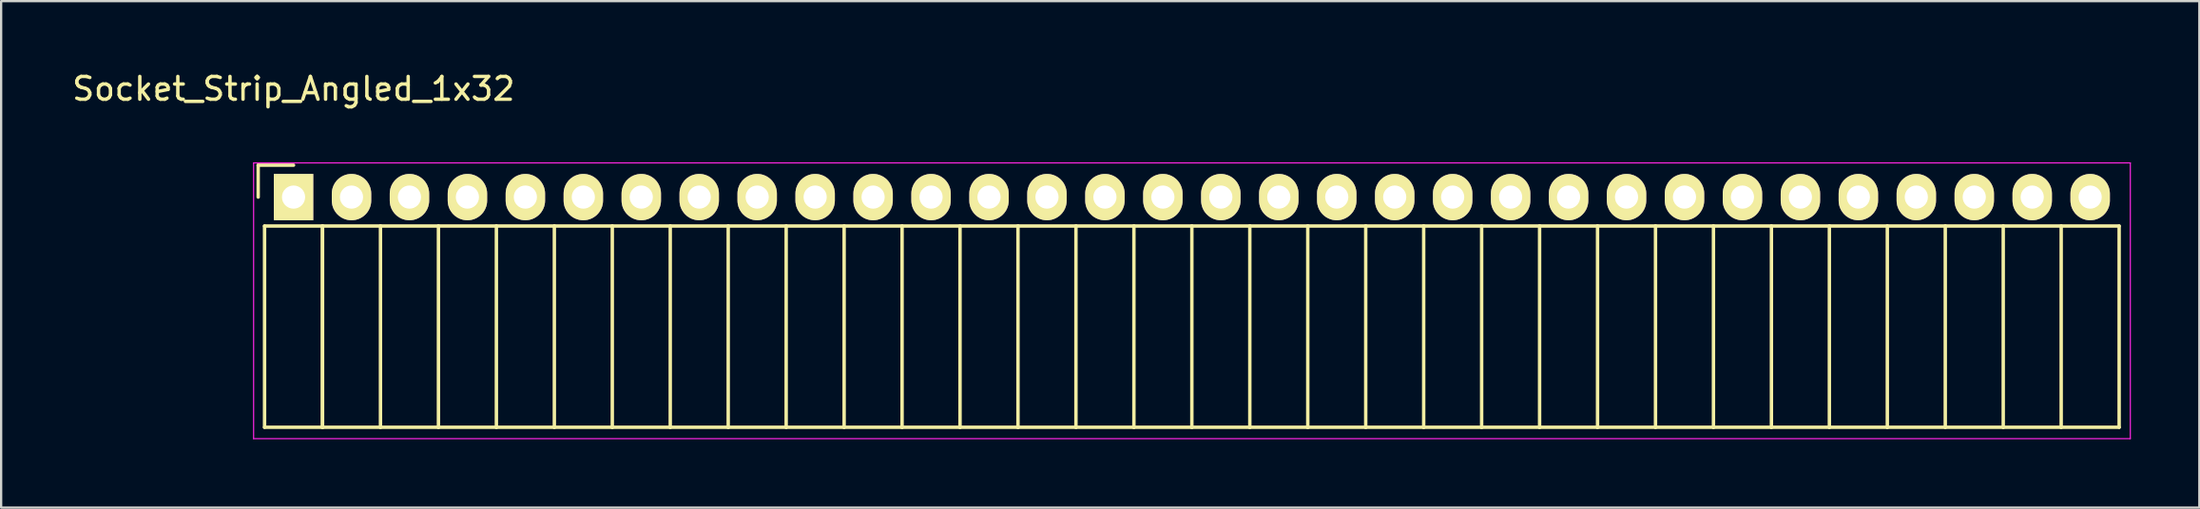
<source format=kicad_pcb>
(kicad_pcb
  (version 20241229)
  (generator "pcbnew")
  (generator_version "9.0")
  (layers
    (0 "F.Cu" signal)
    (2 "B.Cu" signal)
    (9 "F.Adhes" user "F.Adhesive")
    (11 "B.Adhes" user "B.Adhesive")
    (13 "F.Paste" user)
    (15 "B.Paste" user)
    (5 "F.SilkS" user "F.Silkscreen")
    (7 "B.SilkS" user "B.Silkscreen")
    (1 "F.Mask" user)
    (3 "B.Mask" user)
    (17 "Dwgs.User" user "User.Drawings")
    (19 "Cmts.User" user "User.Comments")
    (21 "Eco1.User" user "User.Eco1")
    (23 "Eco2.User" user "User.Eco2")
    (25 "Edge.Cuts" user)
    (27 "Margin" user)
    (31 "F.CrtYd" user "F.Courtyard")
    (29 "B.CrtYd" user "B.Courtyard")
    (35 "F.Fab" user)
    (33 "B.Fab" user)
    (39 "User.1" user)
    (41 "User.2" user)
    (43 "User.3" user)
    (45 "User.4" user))
  (footprint "Socket_Strip_Angled_1x32"
    (layer "F.Cu")
    (at 9.815 5.598)
    (property "Reference" "Socket_Strip_Angled_1x32" (at 0 -4.75 0) (layer "F.SilkS") (effects (font (size 1 1) (thickness 0.15))))
    (attr through_hole)
    (fp_line (start -1.55 -1.4) (end -1.55 0) (stroke (width 0.15) (type solid)) (layer "F.SilkS"))
    (fp_line (start -1.27 1.27) (end -1.27 10.1) (stroke (width 0.15) (type solid)) (layer "F.SilkS"))
    (fp_line (start -1.27 1.27) (end 1.27 1.27) (stroke (width 0.15) (type solid)) (layer "F.SilkS"))
    (fp_line (start -1.27 10.1) (end 1.27 10.1) (stroke (width 0.15) (type solid)) (layer "F.SilkS"))
    (fp_line (start 0 -1.4) (end -1.55 -1.4) (stroke (width 0.15) (type solid)) (layer "F.SilkS"))
    (fp_line (start 1.27 1.27) (end 1.27 10.1) (stroke (width 0.15) (type solid)) (layer "F.SilkS"))
    (fp_line (start 1.27 1.27) (end 3.81 1.27) (stroke (width 0.15) (type solid)) (layer "F.SilkS"))
    (fp_line (start 1.27 10.1) (end 1.27 1.27) (stroke (width 0.15) (type solid)) (layer "F.SilkS"))
    (fp_line (start 1.27 10.1) (end 3.81 10.1) (stroke (width 0.15) (type solid)) (layer "F.SilkS"))
    (fp_line (start 3.81 1.27) (end 6.35 1.27) (stroke (width 0.15) (type solid)) (layer "F.SilkS"))
    (fp_line (start 3.81 10.1) (end 3.81 1.27) (stroke (width 0.15) (type solid)) (layer "F.SilkS"))
    (fp_line (start 3.81 10.1) (end 6.35 10.1) (stroke (width 0.15) (type solid)) (layer "F.SilkS"))
    (fp_line (start 6.35 1.27) (end 8.89 1.27) (stroke (width 0.15) (type solid)) (layer "F.SilkS"))
    (fp_line (start 6.35 10.1) (end 6.35 1.27) (stroke (width 0.15) (type solid)) (layer "F.SilkS"))
    (fp_line (start 6.35 10.1) (end 8.89 10.1) (stroke (width 0.15) (type solid)) (layer "F.SilkS"))
    (fp_line (start 8.89 1.27) (end 11.43 1.27) (stroke (width 0.15) (type solid)) (layer "F.SilkS"))
    (fp_line (start 8.89 10.1) (end 8.89 1.27) (stroke (width 0.15) (type solid)) (layer "F.SilkS"))
    (fp_line (start 8.89 10.1) (end 11.43 10.1) (stroke (width 0.15) (type solid)) (layer "F.SilkS"))
    (fp_line (start 11.43 1.27) (end 13.97 1.27) (stroke (width 0.15) (type solid)) (layer "F.SilkS"))
    (fp_line (start 11.43 10.1) (end 11.43 1.27) (stroke (width 0.15) (type solid)) (layer "F.SilkS"))
    (fp_line (start 11.43 10.1) (end 13.97 10.1) (stroke (width 0.15) (type solid)) (layer "F.SilkS"))
    (fp_line (start 13.97 1.27) (end 16.51 1.27) (stroke (width 0.15) (type solid)) (layer "F.SilkS"))
    (fp_line (start 13.97 10.1) (end 13.97 1.27) (stroke (width 0.15) (type solid)) (layer "F.SilkS"))
    (fp_line (start 13.97 10.1) (end 16.51 10.1) (stroke (width 0.15) (type solid)) (layer "F.SilkS"))
    (fp_line (start 16.51 1.27) (end 19.05 1.27) (stroke (width 0.15) (type solid)) (layer "F.SilkS"))
    (fp_line (start 16.51 10.1) (end 16.51 1.27) (stroke (width 0.15) (type solid)) (layer "F.SilkS"))
    (fp_line (start 16.51 10.1) (end 19.05 10.1) (stroke (width 0.15) (type solid)) (layer "F.SilkS"))
    (fp_line (start 19.05 1.27) (end 21.59 1.27) (stroke (width 0.15) (type solid)) (layer "F.SilkS"))
    (fp_line (start 19.05 10.1) (end 19.05 1.27) (stroke (width 0.15) (type solid)) (layer "F.SilkS"))
    (fp_line (start 19.05 10.1) (end 21.59 10.1) (stroke (width 0.15) (type solid)) (layer "F.SilkS"))
    (fp_line (start 21.59 1.27) (end 24.13 1.27) (stroke (width 0.15) (type solid)) (layer "F.SilkS"))
    (fp_line (start 21.59 10.1) (end 21.59 1.27) (stroke (width 0.15) (type solid)) (layer "F.SilkS"))
    (fp_line (start 21.59 10.1) (end 24.13 10.1) (stroke (width 0.15) (type solid)) (layer "F.SilkS"))
    (fp_line (start 24.13 1.27) (end 26.67 1.27) (stroke (width 0.15) (type solid)) (layer "F.SilkS"))
    (fp_line (start 24.13 10.1) (end 24.13 1.27) (stroke (width 0.15) (type solid)) (layer "F.SilkS"))
    (fp_line (start 24.13 10.1) (end 26.67 10.1) (stroke (width 0.15) (type solid)) (layer "F.SilkS"))
    (fp_line (start 26.67 1.27) (end 29.21 1.27) (stroke (width 0.15) (type solid)) (layer "F.SilkS"))
    (fp_line (start 26.67 10.1) (end 26.67 1.27) (stroke (width 0.15) (type solid)) (layer "F.SilkS"))
    (fp_line (start 26.67 10.1) (end 29.21 10.1) (stroke (width 0.15) (type solid)) (layer "F.SilkS"))
    (fp_line (start 29.21 1.27) (end 31.75 1.27) (stroke (width 0.15) (type solid)) (layer "F.SilkS"))
    (fp_line (start 29.21 10.1) (end 29.21 1.27) (stroke (width 0.15) (type solid)) (layer "F.SilkS"))
    (fp_line (start 29.21 10.1) (end 31.75 10.1) (stroke (width 0.15) (type solid)) (layer "F.SilkS"))
    (fp_line (start 31.75 1.27) (end 34.29 1.27) (stroke (width 0.15) (type solid)) (layer "F.SilkS"))
    (fp_line (start 31.75 10.1) (end 31.75 1.27) (stroke (width 0.15) (type solid)) (layer "F.SilkS"))
    (fp_line (start 31.75 10.1) (end 34.29 10.1) (stroke (width 0.15) (type solid)) (layer "F.SilkS"))
    (fp_line (start 34.29 1.27) (end 36.83 1.27) (stroke (width 0.15) (type solid)) (layer "F.SilkS"))
    (fp_line (start 34.29 10.1) (end 34.29 1.27) (stroke (width 0.15) (type solid)) (layer "F.SilkS"))
    (fp_line (start 34.29 10.1) (end 36.83 10.1) (stroke (width 0.15) (type solid)) (layer "F.SilkS"))
    (fp_line (start 36.83 1.27) (end 39.37 1.27) (stroke (width 0.15) (type solid)) (layer "F.SilkS"))
    (fp_line (start 36.83 10.1) (end 36.83 1.27) (stroke (width 0.15) (type solid)) (layer "F.SilkS"))
    (fp_line (start 36.83 10.1) (end 39.37 10.1) (stroke (width 0.15) (type solid)) (layer "F.SilkS"))
    (fp_line (start 39.37 1.27) (end 41.91 1.27) (stroke (width 0.15) (type solid)) (layer "F.SilkS"))
    (fp_line (start 39.37 10.1) (end 39.37 1.27) (stroke (width 0.15) (type solid)) (layer "F.SilkS"))
    (fp_line (start 39.37 10.1) (end 41.91 10.1) (stroke (width 0.15) (type solid)) (layer "F.SilkS"))
    (fp_line (start 41.91 1.27) (end 44.45 1.27) (stroke (width 0.15) (type solid)) (layer "F.SilkS"))
    (fp_line (start 41.91 10.1) (end 41.91 1.27) (stroke (width 0.15) (type solid)) (layer "F.SilkS"))
    (fp_line (start 41.91 10.1) (end 44.45 10.1) (stroke (width 0.15) (type solid)) (layer "F.SilkS"))
    (fp_line (start 44.45 1.27) (end 46.99 1.27) (stroke (width 0.15) (type solid)) (layer "F.SilkS"))
    (fp_line (start 44.45 10.1) (end 44.45 1.27) (stroke (width 0.15) (type solid)) (layer "F.SilkS"))
    (fp_line (start 44.45 10.1) (end 46.99 10.1) (stroke (width 0.15) (type solid)) (layer "F.SilkS"))
    (fp_line (start 46.99 1.27) (end 49.53 1.27) (stroke (width 0.15) (type solid)) (layer "F.SilkS"))
    (fp_line (start 46.99 10.1) (end 46.99 1.27) (stroke (width 0.15) (type solid)) (layer "F.SilkS"))
    (fp_line (start 46.99 10.1) (end 49.53 10.1) (stroke (width 0.15) (type solid)) (layer "F.SilkS"))
    (fp_line (start 49.53 1.27) (end 52.07 1.27) (stroke (width 0.15) (type solid)) (layer "F.SilkS"))
    (fp_line (start 49.53 10.1) (end 49.53 1.27) (stroke (width 0.15) (type solid)) (layer "F.SilkS"))
    (fp_line (start 49.53 10.1) (end 52.07 10.1) (stroke (width 0.15) (type solid)) (layer "F.SilkS"))
    (fp_line (start 52.07 1.27) (end 54.61 1.27) (stroke (width 0.15) (type solid)) (layer "F.SilkS"))
    (fp_line (start 52.07 10.1) (end 52.07 1.27) (stroke (width 0.15) (type solid)) (layer "F.SilkS"))
    (fp_line (start 52.07 10.1) (end 54.61 10.1) (stroke (width 0.15) (type solid)) (layer "F.SilkS"))
    (fp_line (start 54.61 1.27) (end 57.15 1.27) (stroke (width 0.15) (type solid)) (layer "F.SilkS"))
    (fp_line (start 54.61 10.1) (end 54.61 1.27) (stroke (width 0.15) (type solid)) (layer "F.SilkS"))
    (fp_line (start 54.61 10.1) (end 57.15 10.1) (stroke (width 0.15) (type solid)) (layer "F.SilkS"))
    (fp_line (start 57.15 1.27) (end 59.69 1.27) (stroke (width 0.15) (type solid)) (layer "F.SilkS"))
    (fp_line (start 57.15 10.1) (end 57.15 1.27) (stroke (width 0.15) (type solid)) (layer "F.SilkS"))
    (fp_line (start 57.15 10.1) (end 59.69 10.1) (stroke (width 0.15) (type solid)) (layer "F.SilkS"))
    (fp_line (start 59.69 1.27) (end 62.23 1.27) (stroke (width 0.15) (type solid)) (layer "F.SilkS"))
    (fp_line (start 59.69 10.1) (end 59.69 1.27) (stroke (width 0.15) (type solid)) (layer "F.SilkS"))
    (fp_line (start 59.69 10.1) (end 62.23 10.1) (stroke (width 0.15) (type solid)) (layer "F.SilkS"))
    (fp_line (start 62.23 1.27) (end 64.77 1.27) (stroke (width 0.15) (type solid)) (layer "F.SilkS"))
    (fp_line (start 62.23 10.1) (end 62.23 1.27) (stroke (width 0.15) (type solid)) (layer "F.SilkS"))
    (fp_line (start 62.23 10.1) (end 64.77 10.1) (stroke (width 0.15) (type solid)) (layer "F.SilkS"))
    (fp_line (start 64.77 1.27) (end 67.31 1.27) (stroke (width 0.15) (type solid)) (layer "F.SilkS"))
    (fp_line (start 64.77 10.1) (end 64.77 1.27) (stroke (width 0.15) (type solid)) (layer "F.SilkS"))
    (fp_line (start 64.77 10.1) (end 67.31 10.1) (stroke (width 0.15) (type solid)) (layer "F.SilkS"))
    (fp_line (start 67.31 1.27) (end 69.85 1.27) (stroke (width 0.15) (type solid)) (layer "F.SilkS"))
    (fp_line (start 67.31 10.1) (end 67.31 1.27) (stroke (width 0.15) (type solid)) (layer "F.SilkS"))
    (fp_line (start 67.31 10.1) (end 69.85 10.1) (stroke (width 0.15) (type solid)) (layer "F.SilkS"))
    (fp_line (start 69.85 1.27) (end 72.39 1.27) (stroke (width 0.15) (type solid)) (layer "F.SilkS"))
    (fp_line (start 69.85 10.1) (end 69.85 1.27) (stroke (width 0.15) (type solid)) (layer "F.SilkS"))
    (fp_line (start 69.85 10.1) (end 72.39 10.1) (stroke (width 0.15) (type solid)) (layer "F.SilkS"))
    (fp_line (start 72.39 1.27) (end 74.93 1.27) (stroke (width 0.15) (type solid)) (layer "F.SilkS"))
    (fp_line (start 72.39 10.1) (end 72.39 1.27) (stroke (width 0.15) (type solid)) (layer "F.SilkS"))
    (fp_line (start 72.39 10.1) (end 74.93 10.1) (stroke (width 0.15) (type solid)) (layer "F.SilkS"))
    (fp_line (start 74.93 1.27) (end 77.47 1.27) (stroke (width 0.15) (type solid)) (layer "F.SilkS"))
    (fp_line (start 74.93 10.1) (end 74.93 1.27) (stroke (width 0.15) (type solid)) (layer "F.SilkS"))
    (fp_line (start 74.93 10.1) (end 77.47 10.1) (stroke (width 0.15) (type solid)) (layer "F.SilkS"))
    (fp_line (start 77.47 1.27) (end 80.01 1.27) (stroke (width 0.15) (type solid)) (layer "F.SilkS"))
    (fp_line (start 77.47 10.1) (end 77.47 1.27) (stroke (width 0.15) (type solid)) (layer "F.SilkS"))
    (fp_line (start 77.47 10.1) (end 80.01 10.1) (stroke (width 0.15) (type solid)) (layer "F.SilkS"))
    (fp_line (start 80.01 10.1) (end 80.01 1.27) (stroke (width 0.15) (type solid)) (layer "F.SilkS"))
    (fp_line (start -1.75 -1.5) (end -1.75 10.6) (stroke (width 0.05) (type solid)) (layer "F.CrtYd"))
    (fp_line (start -1.75 -1.5) (end 80.5 -1.5) (stroke (width 0.05) (type solid)) (layer "F.CrtYd"))
    (fp_line (start -1.75 10.6) (end 80.5 10.6) (stroke (width 0.05) (type solid)) (layer "F.CrtYd"))
    (fp_line (start 80.5 -1.5) (end 80.5 10.6) (stroke (width 0.05) (type solid)) (layer "F.CrtYd"))
    (pad "1" thru_hole rect (at 0 0) (size 1.727 2.032) (drill 1.016) (layers "*.Cu" "*.Mask" "F.SilkS"))
    (pad "2" thru_hole oval (at 2.54 0) (size 1.727 2.032) (drill 1.016) (layers "*.Cu" "*.Mask" "F.SilkS"))
    (pad "3" thru_hole oval (at 5.08 0) (size 1.727 2.032) (drill 1.016) (layers "*.Cu" "*.Mask" "F.SilkS"))
    (pad "4" thru_hole oval (at 7.62 0) (size 1.727 2.032) (drill 1.016) (layers "*.Cu" "*.Mask" "F.SilkS"))
    (pad "5" thru_hole oval (at 10.16 0) (size 1.727 2.032) (drill 1.016) (layers "*.Cu" "*.Mask" "F.SilkS"))
    (pad "6" thru_hole oval (at 12.7 0) (size 1.727 2.032) (drill 1.016) (layers "*.Cu" "*.Mask" "F.SilkS"))
    (pad "7" thru_hole oval (at 15.24 0) (size 1.727 2.032) (drill 1.016) (layers "*.Cu" "*.Mask" "F.SilkS"))
    (pad "8" thru_hole oval (at 17.78 0) (size 1.727 2.032) (drill 1.016) (layers "*.Cu" "*.Mask" "F.SilkS"))
    (pad "9" thru_hole oval (at 20.32 0) (size 1.727 2.032) (drill 1.016) (layers "*.Cu" "*.Mask" "F.SilkS"))
    (pad "10" thru_hole oval (at 22.86 0) (size 1.727 2.032) (drill 1.016) (layers "*.Cu" "*.Mask" "F.SilkS"))
    (pad "11" thru_hole oval (at 25.4 0) (size 1.727 2.032) (drill 1.016) (layers "*.Cu" "*.Mask" "F.SilkS"))
    (pad "12" thru_hole oval (at 27.94 0) (size 1.727 2.032) (drill 1.016) (layers "*.Cu" "*.Mask" "F.SilkS"))
    (pad "13" thru_hole oval (at 30.48 0) (size 1.727 2.032) (drill 1.016) (layers "*.Cu" "*.Mask" "F.SilkS"))
    (pad "14" thru_hole oval (at 33.02 0) (size 1.727 2.032) (drill 1.016) (layers "*.Cu" "*.Mask" "F.SilkS"))
    (pad "15" thru_hole oval (at 35.56 0) (size 1.727 2.032) (drill 1.016) (layers "*.Cu" "*.Mask" "F.SilkS"))
    (pad "16" thru_hole oval (at 38.1 0) (size 1.727 2.032) (drill 1.016) (layers "*.Cu" "*.Mask" "F.SilkS"))
    (pad "17" thru_hole oval (at 40.64 0) (size 1.727 2.032) (drill 1.016) (layers "*.Cu" "*.Mask" "F.SilkS"))
    (pad "18" thru_hole oval (at 43.18 0) (size 1.727 2.032) (drill 1.016) (layers "*.Cu" "*.Mask" "F.SilkS"))
    (pad "19" thru_hole oval (at 45.72 0) (size 1.727 2.032) (drill 1.016) (layers "*.Cu" "*.Mask" "F.SilkS"))
    (pad "20" thru_hole oval (at 48.26 0) (size 1.727 2.032) (drill 1.016) (layers "*.Cu" "*.Mask" "F.SilkS"))
    (pad "21" thru_hole oval (at 50.8 0) (size 1.727 2.032) (drill 1.016) (layers "*.Cu" "*.Mask" "F.SilkS"))
    (pad "22" thru_hole oval (at 53.34 0) (size 1.727 2.032) (drill 1.016) (layers "*.Cu" "*.Mask" "F.SilkS"))
    (pad "23" thru_hole oval (at 55.88 0) (size 1.727 2.032) (drill 1.016) (layers "*.Cu" "*.Mask" "F.SilkS"))
    (pad "24" thru_hole oval (at 58.42 0) (size 1.727 2.032) (drill 1.016) (layers "*.Cu" "*.Mask" "F.SilkS"))
    (pad "25" thru_hole oval (at 60.96 0) (size 1.727 2.032) (drill 1.016) (layers "*.Cu" "*.Mask" "F.SilkS"))
    (pad "26" thru_hole oval (at 63.5 0) (size 1.727 2.032) (drill 1.016) (layers "*.Cu" "*.Mask" "F.SilkS"))
    (pad "27" thru_hole oval (at 66.04 0) (size 1.727 2.032) (drill 1.016) (layers "*.Cu" "*.Mask" "F.SilkS"))
    (pad "28" thru_hole oval (at 68.58 0) (size 1.727 2.032) (drill 1.016) (layers "*.Cu" "*.Mask" "F.SilkS"))
    (pad "29" thru_hole oval (at 71.12 0) (size 1.727 2.032) (drill 1.016) (layers "*.Cu" "*.Mask" "F.SilkS"))
    (pad "30" thru_hole oval (at 73.66 0) (size 1.727 2.032) (drill 1.016) (layers "*.Cu" "*.Mask" "F.SilkS"))
    (pad "31" thru_hole oval (at 76.2 0) (size 1.727 2.032) (drill 1.016) (layers "*.Cu" "*.Mask" "F.SilkS"))
    (pad "32" thru_hole oval (at 78.74 0) (size 1.727 2.032) (drill 1.016) (layers "*.Cu" "*.Mask" "F.SilkS")))
  (gr_rect
    (start -3 -3)
    (end 93.34 19.223)
    (stroke (width 0.1) (type default))
    (fill no)
    (layer "Edge.Cuts")))
</source>
